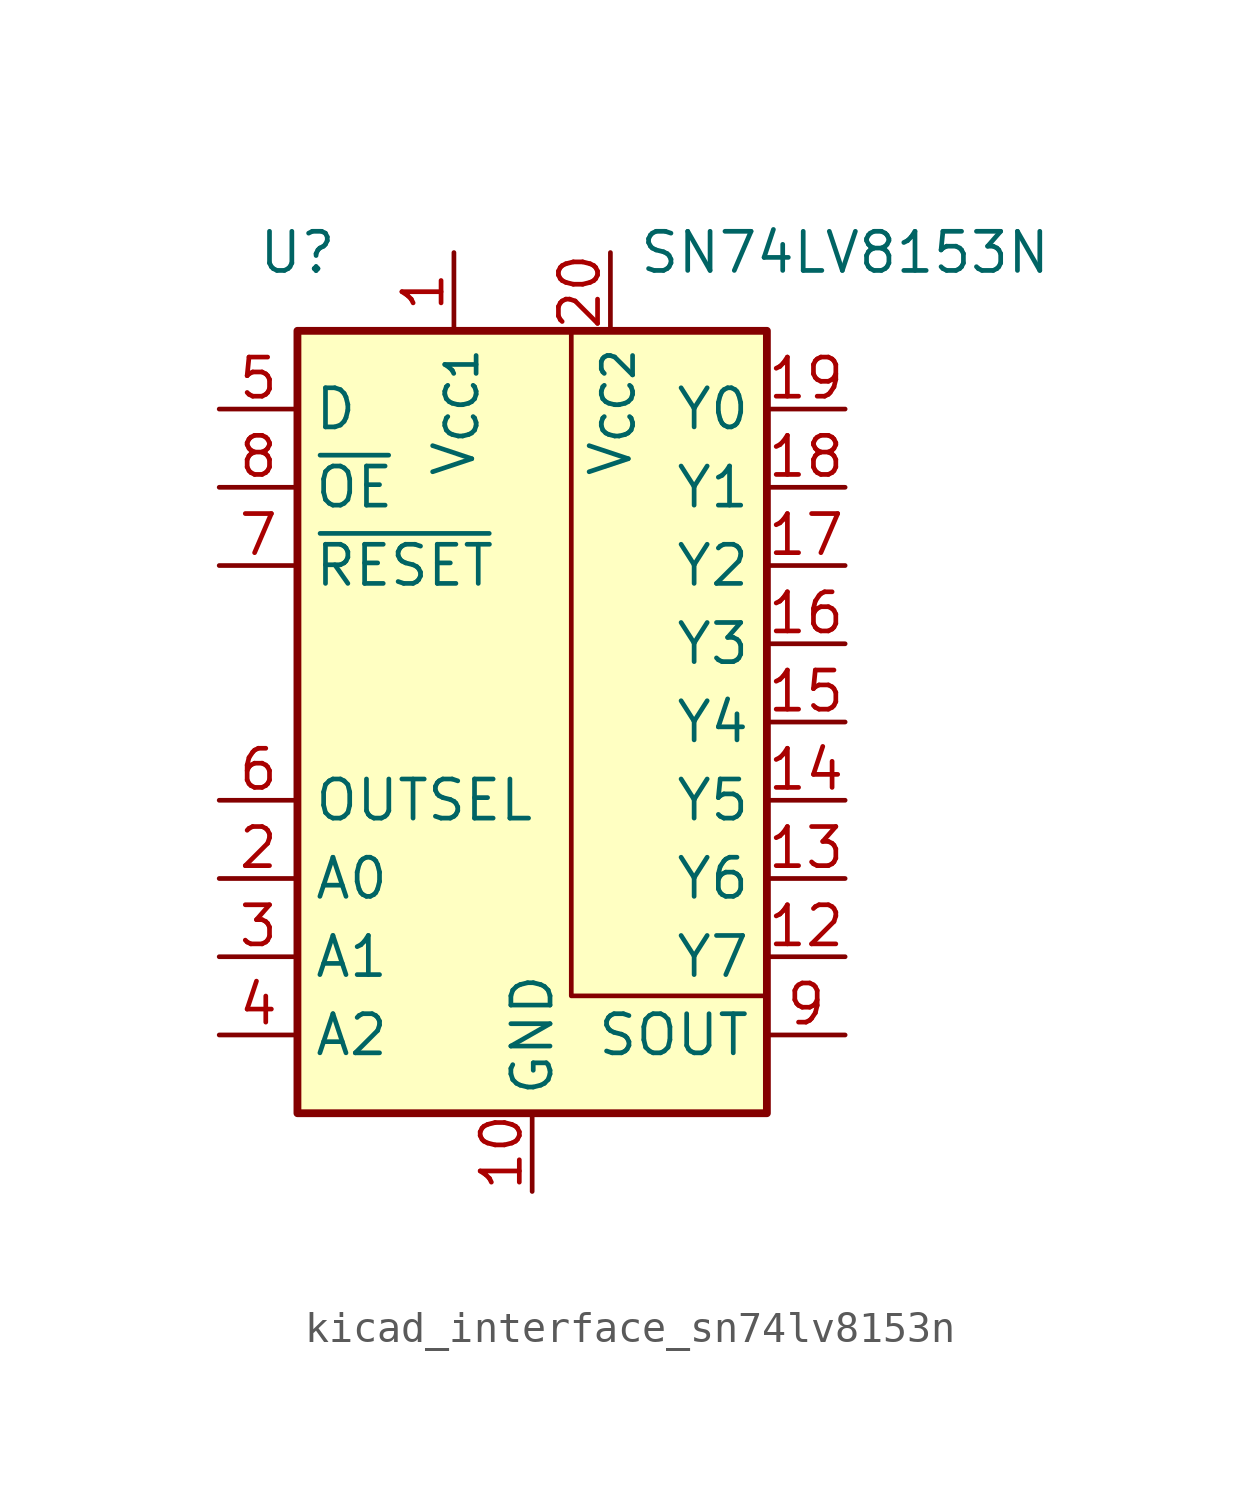
<source format=kicad_sym>
(kicad_symbol_lib
  (version 20220914)
  (generator kicad_symbol_editor)
  (symbol "kicad_interface_sn74lv8153n"
    (property "Reference" "U"
      (at -7.62 15.24 0)
      (effects (font (size 1.27 1.27))))
    (property "Value" "SN74LV8153N"
      (at 10.16 15.24 0)
      (effects (font (size 1.27 1.27))))
    (symbol "kicad_interface_sn74lv8153n_0_1"
      (rectangle (start -7.62 12.7) (end 7.62 -12.7) (stroke (width 0.254) (type default)) (fill (type background)))
      (polyline (pts (xy 1.27 12.7) (xy 1.27 -8.89) (xy 7.62 -8.89)) (stroke (width 0) (type default)) (fill (type none))))
    (symbol "kicad_interface_sn74lv8153n_1_1"
      (pin power_in line (at -2.54 15.24 270) (length 2.54) (name "V_{CC1}" (effects (font (size 1.27 1.27)))) (number "1" (effects (font (size 1.27 1.27)))))
      (pin power_in line (at 0 -15.24 90) (length 2.54) (name "GND" (effects (font (size 1.27 1.27)))) (number "10" (effects (font (size 1.27 1.27)))))
      (pin passive line (at 0 -15.24 90) (length 2.54) hide (name "GND" (effects (font (size 1.27 1.27)))) (number "11" (effects (font (size 1.27 1.27)))))
      (pin open_collector line (at 10.16 -7.62 180) (length 2.54) (name "Y7" (effects (font (size 1.27 1.27)))) (number "12" (effects (font (size 1.27 1.27)))))
      (pin open_collector line (at 10.16 -5.08 180) (length 2.54) (name "Y6" (effects (font (size 1.27 1.27)))) (number "13" (effects (font (size 1.27 1.27)))))
      (pin open_collector line (at 10.16 -2.54 180) (length 2.54) (name "Y5" (effects (font (size 1.27 1.27)))) (number "14" (effects (font (size 1.27 1.27)))))
      (pin open_collector line (at 10.16 0 180) (length 2.54) (name "Y4" (effects (font (size 1.27 1.27)))) (number "15" (effects (font (size 1.27 1.27)))))
      (pin open_collector line (at 10.16 2.54 180) (length 2.54) (name "Y3" (effects (font (size 1.27 1.27)))) (number "16" (effects (font (size 1.27 1.27)))))
      (pin open_collector line (at 10.16 5.08 180) (length 2.54) (name "Y2" (effects (font (size 1.27 1.27)))) (number "17" (effects (font (size 1.27 1.27)))))
      (pin open_collector line (at 10.16 7.62 180) (length 2.54) (name "Y1" (effects (font (size 1.27 1.27)))) (number "18" (effects (font (size 1.27 1.27)))))
      (pin open_collector line (at 10.16 10.16 180) (length 2.54) (name "Y0" (effects (font (size 1.27 1.27)))) (number "19" (effects (font (size 1.27 1.27)))))
      (pin input line (at -10.16 -5.08 0) (length 2.54) (name "A0" (effects (font (size 1.27 1.27)))) (number "2" (effects (font (size 1.27 1.27)))))
      (pin power_in line (at 2.54 15.24 270) (length 2.54) (name "V_{CC2}" (effects (font (size 1.27 1.27)))) (number "20" (effects (font (size 1.27 1.27)))))
      (pin input line (at -10.16 -7.62 0) (length 2.54) (name "A1" (effects (font (size 1.27 1.27)))) (number "3" (effects (font (size 1.27 1.27)))))
      (pin input line (at -10.16 -10.16 0) (length 2.54) (name "A2" (effects (font (size 1.27 1.27)))) (number "4" (effects (font (size 1.27 1.27)))))
      (pin input line (at -10.16 10.16 0) (length 2.54) (name "D" (effects (font (size 1.27 1.27)))) (number "5" (effects (font (size 1.27 1.27)))))
      (pin input line (at -10.16 -2.54 0) (length 2.54) (name "OUTSEL" (effects (font (size 1.27 1.27)))) (number "6" (effects (font (size 1.27 1.27)))))
      (pin input line (at -10.16 5.08 0) (length 2.54) (name "~{RESET}" (effects (font (size 1.27 1.27)))) (number "7" (effects (font (size 1.27 1.27)))))
      (pin input line (at -10.16 7.62 0) (length 2.54) (name "~{OE}" (effects (font (size 1.27 1.27)))) (number "8" (effects (font (size 1.27 1.27)))))
      (pin output line (at 10.16 -10.16 180) (length 2.54) (name "SOUT" (effects (font (size 1.27 1.27)))) (number "9" (effects (font (size 1.27 1.27))))))))
</source>
